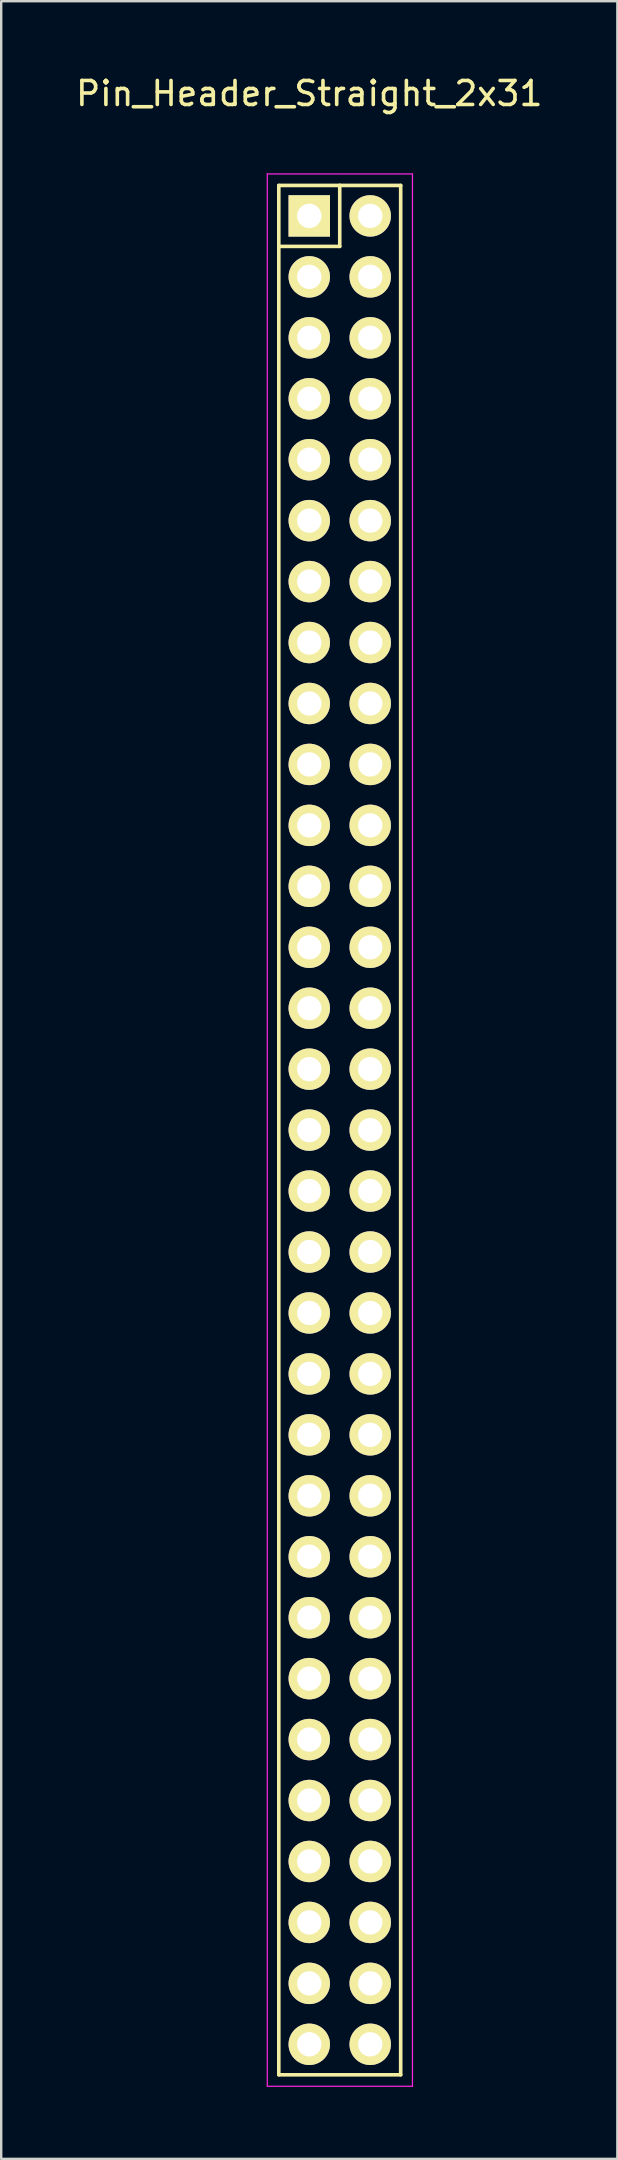
<source format=kicad_pcb>
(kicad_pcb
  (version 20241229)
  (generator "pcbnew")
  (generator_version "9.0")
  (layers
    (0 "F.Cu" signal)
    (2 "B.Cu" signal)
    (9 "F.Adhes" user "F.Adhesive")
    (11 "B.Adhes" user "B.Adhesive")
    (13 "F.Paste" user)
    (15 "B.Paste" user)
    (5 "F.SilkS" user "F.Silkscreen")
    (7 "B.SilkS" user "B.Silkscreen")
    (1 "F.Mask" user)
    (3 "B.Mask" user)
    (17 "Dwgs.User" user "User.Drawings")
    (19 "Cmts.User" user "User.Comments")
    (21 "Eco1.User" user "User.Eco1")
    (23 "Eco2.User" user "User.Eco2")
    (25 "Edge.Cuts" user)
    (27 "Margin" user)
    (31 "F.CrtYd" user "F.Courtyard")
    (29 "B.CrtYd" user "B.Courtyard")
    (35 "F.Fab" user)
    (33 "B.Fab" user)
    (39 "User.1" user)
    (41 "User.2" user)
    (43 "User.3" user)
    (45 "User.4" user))
  (footprint "Pin_Header_Straight_2x31"
    (layer "F.Cu")
    (at 9.839 5.948)
    (property "Reference" "Pin_Header_Straight_2x31" (at 0 -5.1 0) (layer "F.SilkS") (effects (font (size 1 1) (thickness 0.15))))
    (attr through_hole)
    (fp_line (start -1.27 -1.27) (end -1.27 1.27) (stroke (width 0.15) (type solid)) (layer "F.SilkS"))
    (fp_line (start -1.27 -1.27) (end 1.27 -1.27) (stroke (width 0.15) (type solid)) (layer "F.SilkS"))
    (fp_line (start -1.27 77.47) (end -1.27 1.27) (stroke (width 0.15) (type solid)) (layer "F.SilkS"))
    (fp_line (start 1.27 -1.27) (end 1.27 1.27) (stroke (width 0.15) (type solid)) (layer "F.SilkS"))
    (fp_line (start 1.27 1.27) (end -1.27 1.27) (stroke (width 0.15) (type solid)) (layer "F.SilkS"))
    (fp_line (start 3.81 -1.27) (end 1.27 -1.27) (stroke (width 0.15) (type solid)) (layer "F.SilkS"))
    (fp_line (start 3.81 -1.27) (end 3.81 77.47) (stroke (width 0.15) (type solid)) (layer "F.SilkS"))
    (fp_line (start 3.81 77.47) (end -1.27 77.47) (stroke (width 0.15) (type solid)) (layer "F.SilkS"))
    (fp_line (start -1.75 -1.75) (end -1.75 77.95) (stroke (width 0.05) (type solid)) (layer "F.CrtYd"))
    (fp_line (start -1.75 -1.75) (end 4.3 -1.75) (stroke (width 0.05) (type solid)) (layer "F.CrtYd"))
    (fp_line (start -1.75 77.95) (end 4.3 77.95) (stroke (width 0.05) (type solid)) (layer "F.CrtYd"))
    (fp_line (start 4.3 -1.75) (end 4.3 77.95) (stroke (width 0.05) (type solid)) (layer "F.CrtYd"))
    (pad "1" thru_hole rect (at 0 0) (size 1.727 1.727) (drill 1.016) (layers "*.Cu" "*.Mask" "F.SilkS"))
    (pad "2" thru_hole oval (at 2.54 0) (size 1.727 1.727) (drill 1.016) (layers "*.Cu" "*.Mask" "F.SilkS"))
    (pad "3" thru_hole oval (at 0 2.54) (size 1.727 1.727) (drill 1.016) (layers "*.Cu" "*.Mask" "F.SilkS"))
    (pad "4" thru_hole oval (at 2.54 2.54) (size 1.727 1.727) (drill 1.016) (layers "*.Cu" "*.Mask" "F.SilkS"))
    (pad "5" thru_hole oval (at 0 5.08) (size 1.727 1.727) (drill 1.016) (layers "*.Cu" "*.Mask" "F.SilkS"))
    (pad "6" thru_hole oval (at 2.54 5.08) (size 1.727 1.727) (drill 1.016) (layers "*.Cu" "*.Mask" "F.SilkS"))
    (pad "7" thru_hole oval (at 0 7.62) (size 1.727 1.727) (drill 1.016) (layers "*.Cu" "*.Mask" "F.SilkS"))
    (pad "8" thru_hole oval (at 2.54 7.62) (size 1.727 1.727) (drill 1.016) (layers "*.Cu" "*.Mask" "F.SilkS"))
    (pad "9" thru_hole oval (at 0 10.16) (size 1.727 1.727) (drill 1.016) (layers "*.Cu" "*.Mask" "F.SilkS"))
    (pad "10" thru_hole oval (at 2.54 10.16) (size 1.727 1.727) (drill 1.016) (layers "*.Cu" "*.Mask" "F.SilkS"))
    (pad "11" thru_hole oval (at 0 12.7) (size 1.727 1.727) (drill 1.016) (layers "*.Cu" "*.Mask" "F.SilkS"))
    (pad "12" thru_hole oval (at 2.54 12.7) (size 1.727 1.727) (drill 1.016) (layers "*.Cu" "*.Mask" "F.SilkS"))
    (pad "13" thru_hole oval (at 0 15.24) (size 1.727 1.727) (drill 1.016) (layers "*.Cu" "*.Mask" "F.SilkS"))
    (pad "14" thru_hole oval (at 2.54 15.24) (size 1.727 1.727) (drill 1.016) (layers "*.Cu" "*.Mask" "F.SilkS"))
    (pad "15" thru_hole oval (at 0 17.78) (size 1.727 1.727) (drill 1.016) (layers "*.Cu" "*.Mask" "F.SilkS"))
    (pad "16" thru_hole oval (at 2.54 17.78) (size 1.727 1.727) (drill 1.016) (layers "*.Cu" "*.Mask" "F.SilkS"))
    (pad "17" thru_hole oval (at 0 20.32) (size 1.727 1.727) (drill 1.016) (layers "*.Cu" "*.Mask" "F.SilkS"))
    (pad "18" thru_hole oval (at 2.54 20.32) (size 1.727 1.727) (drill 1.016) (layers "*.Cu" "*.Mask" "F.SilkS"))
    (pad "19" thru_hole oval (at 0 22.86) (size 1.727 1.727) (drill 1.016) (layers "*.Cu" "*.Mask" "F.SilkS"))
    (pad "20" thru_hole oval (at 2.54 22.86) (size 1.727 1.727) (drill 1.016) (layers "*.Cu" "*.Mask" "F.SilkS"))
    (pad "21" thru_hole oval (at 0 25.4) (size 1.727 1.727) (drill 1.016) (layers "*.Cu" "*.Mask" "F.SilkS"))
    (pad "22" thru_hole oval (at 2.54 25.4) (size 1.727 1.727) (drill 1.016) (layers "*.Cu" "*.Mask" "F.SilkS"))
    (pad "23" thru_hole oval (at 0 27.94) (size 1.727 1.727) (drill 1.016) (layers "*.Cu" "*.Mask" "F.SilkS"))
    (pad "24" thru_hole oval (at 2.54 27.94) (size 1.727 1.727) (drill 1.016) (layers "*.Cu" "*.Mask" "F.SilkS"))
    (pad "25" thru_hole oval (at 0 30.48) (size 1.727 1.727) (drill 1.016) (layers "*.Cu" "*.Mask" "F.SilkS"))
    (pad "26" thru_hole oval (at 2.54 30.48) (size 1.727 1.727) (drill 1.016) (layers "*.Cu" "*.Mask" "F.SilkS"))
    (pad "27" thru_hole oval (at 0 33.02) (size 1.727 1.727) (drill 1.016) (layers "*.Cu" "*.Mask" "F.SilkS"))
    (pad "28" thru_hole oval (at 2.54 33.02) (size 1.727 1.727) (drill 1.016) (layers "*.Cu" "*.Mask" "F.SilkS"))
    (pad "29" thru_hole oval (at 0 35.56) (size 1.727 1.727) (drill 1.016) (layers "*.Cu" "*.Mask" "F.SilkS"))
    (pad "30" thru_hole oval (at 2.54 35.56) (size 1.727 1.727) (drill 1.016) (layers "*.Cu" "*.Mask" "F.SilkS"))
    (pad "31" thru_hole oval (at 0 38.1) (size 1.727 1.727) (drill 1.016) (layers "*.Cu" "*.Mask" "F.SilkS"))
    (pad "32" thru_hole oval (at 2.54 38.1) (size 1.727 1.727) (drill 1.016) (layers "*.Cu" "*.Mask" "F.SilkS"))
    (pad "33" thru_hole oval (at 0 40.64) (size 1.727 1.727) (drill 1.016) (layers "*.Cu" "*.Mask" "F.SilkS"))
    (pad "34" thru_hole oval (at 2.54 40.64) (size 1.727 1.727) (drill 1.016) (layers "*.Cu" "*.Mask" "F.SilkS"))
    (pad "35" thru_hole oval (at 0 43.18) (size 1.727 1.727) (drill 1.016) (layers "*.Cu" "*.Mask" "F.SilkS"))
    (pad "36" thru_hole oval (at 2.54 43.18) (size 1.727 1.727) (drill 1.016) (layers "*.Cu" "*.Mask" "F.SilkS"))
    (pad "37" thru_hole oval (at 0 45.72) (size 1.727 1.727) (drill 1.016) (layers "*.Cu" "*.Mask" "F.SilkS"))
    (pad "38" thru_hole oval (at 2.54 45.72) (size 1.727 1.727) (drill 1.016) (layers "*.Cu" "*.Mask" "F.SilkS"))
    (pad "39" thru_hole oval (at 0 48.26) (size 1.727 1.727) (drill 1.016) (layers "*.Cu" "*.Mask" "F.SilkS"))
    (pad "40" thru_hole oval (at 2.54 48.26) (size 1.727 1.727) (drill 1.016) (layers "*.Cu" "*.Mask" "F.SilkS"))
    (pad "41" thru_hole oval (at 0 50.8) (size 1.727 1.727) (drill 1.016) (layers "*.Cu" "*.Mask" "F.SilkS"))
    (pad "42" thru_hole oval (at 2.54 50.8) (size 1.727 1.727) (drill 1.016) (layers "*.Cu" "*.Mask" "F.SilkS"))
    (pad "43" thru_hole oval (at 0 53.34) (size 1.727 1.727) (drill 1.016) (layers "*.Cu" "*.Mask" "F.SilkS"))
    (pad "44" thru_hole oval (at 2.54 53.34) (size 1.727 1.727) (drill 1.016) (layers "*.Cu" "*.Mask" "F.SilkS"))
    (pad "45" thru_hole oval (at 0 55.88) (size 1.727 1.727) (drill 1.016) (layers "*.Cu" "*.Mask" "F.SilkS"))
    (pad "46" thru_hole oval (at 2.54 55.88) (size 1.727 1.727) (drill 1.016) (layers "*.Cu" "*.Mask" "F.SilkS"))
    (pad "47" thru_hole oval (at 0 58.42) (size 1.727 1.727) (drill 1.016) (layers "*.Cu" "*.Mask" "F.SilkS"))
    (pad "48" thru_hole oval (at 2.54 58.42) (size 1.727 1.727) (drill 1.016) (layers "*.Cu" "*.Mask" "F.SilkS"))
    (pad "49" thru_hole oval (at 0 60.96) (size 1.727 1.727) (drill 1.016) (layers "*.Cu" "*.Mask" "F.SilkS"))
    (pad "50" thru_hole oval (at 2.54 60.96) (size 1.727 1.727) (drill 1.016) (layers "*.Cu" "*.Mask" "F.SilkS"))
    (pad "51" thru_hole oval (at 0 63.5) (size 1.727 1.727) (drill 1.016) (layers "*.Cu" "*.Mask" "F.SilkS"))
    (pad "52" thru_hole oval (at 2.54 63.5) (size 1.727 1.727) (drill 1.016) (layers "*.Cu" "*.Mask" "F.SilkS"))
    (pad "53" thru_hole oval (at 0 66.04) (size 1.727 1.727) (drill 1.016) (layers "*.Cu" "*.Mask" "F.SilkS"))
    (pad "54" thru_hole oval (at 2.54 66.04) (size 1.727 1.727) (drill 1.016) (layers "*.Cu" "*.Mask" "F.SilkS"))
    (pad "55" thru_hole oval (at 0 68.58) (size 1.727 1.727) (drill 1.016) (layers "*.Cu" "*.Mask" "F.SilkS"))
    (pad "56" thru_hole oval (at 2.54 68.58) (size 1.727 1.727) (drill 1.016) (layers "*.Cu" "*.Mask" "F.SilkS"))
    (pad "57" thru_hole oval (at 0 71.12) (size 1.727 1.727) (drill 1.016) (layers "*.Cu" "*.Mask" "F.SilkS"))
    (pad "58" thru_hole oval (at 2.54 71.12) (size 1.727 1.727) (drill 1.016) (layers "*.Cu" "*.Mask" "F.SilkS"))
    (pad "59" thru_hole oval (at 0 73.66) (size 1.727 1.727) (drill 1.016) (layers "*.Cu" "*.Mask" "F.SilkS"))
    (pad "60" thru_hole oval (at 2.54 73.66) (size 1.727 1.727) (drill 1.016) (layers "*.Cu" "*.Mask" "F.SilkS"))
    (pad "61" thru_hole oval (at 0 76.2) (size 1.727 1.727) (drill 1.016) (layers "*.Cu" "*.Mask" "F.SilkS"))
    (pad "62" thru_hole oval (at 2.54 76.2) (size 1.727 1.727) (drill 1.016) (layers "*.Cu" "*.Mask" "F.SilkS")))
  (gr_rect
    (start -3 -3)
    (end 22.679 86.923)
    (stroke (width 0.1) (type default))
    (fill no)
    (layer "Edge.Cuts")))
</source>
